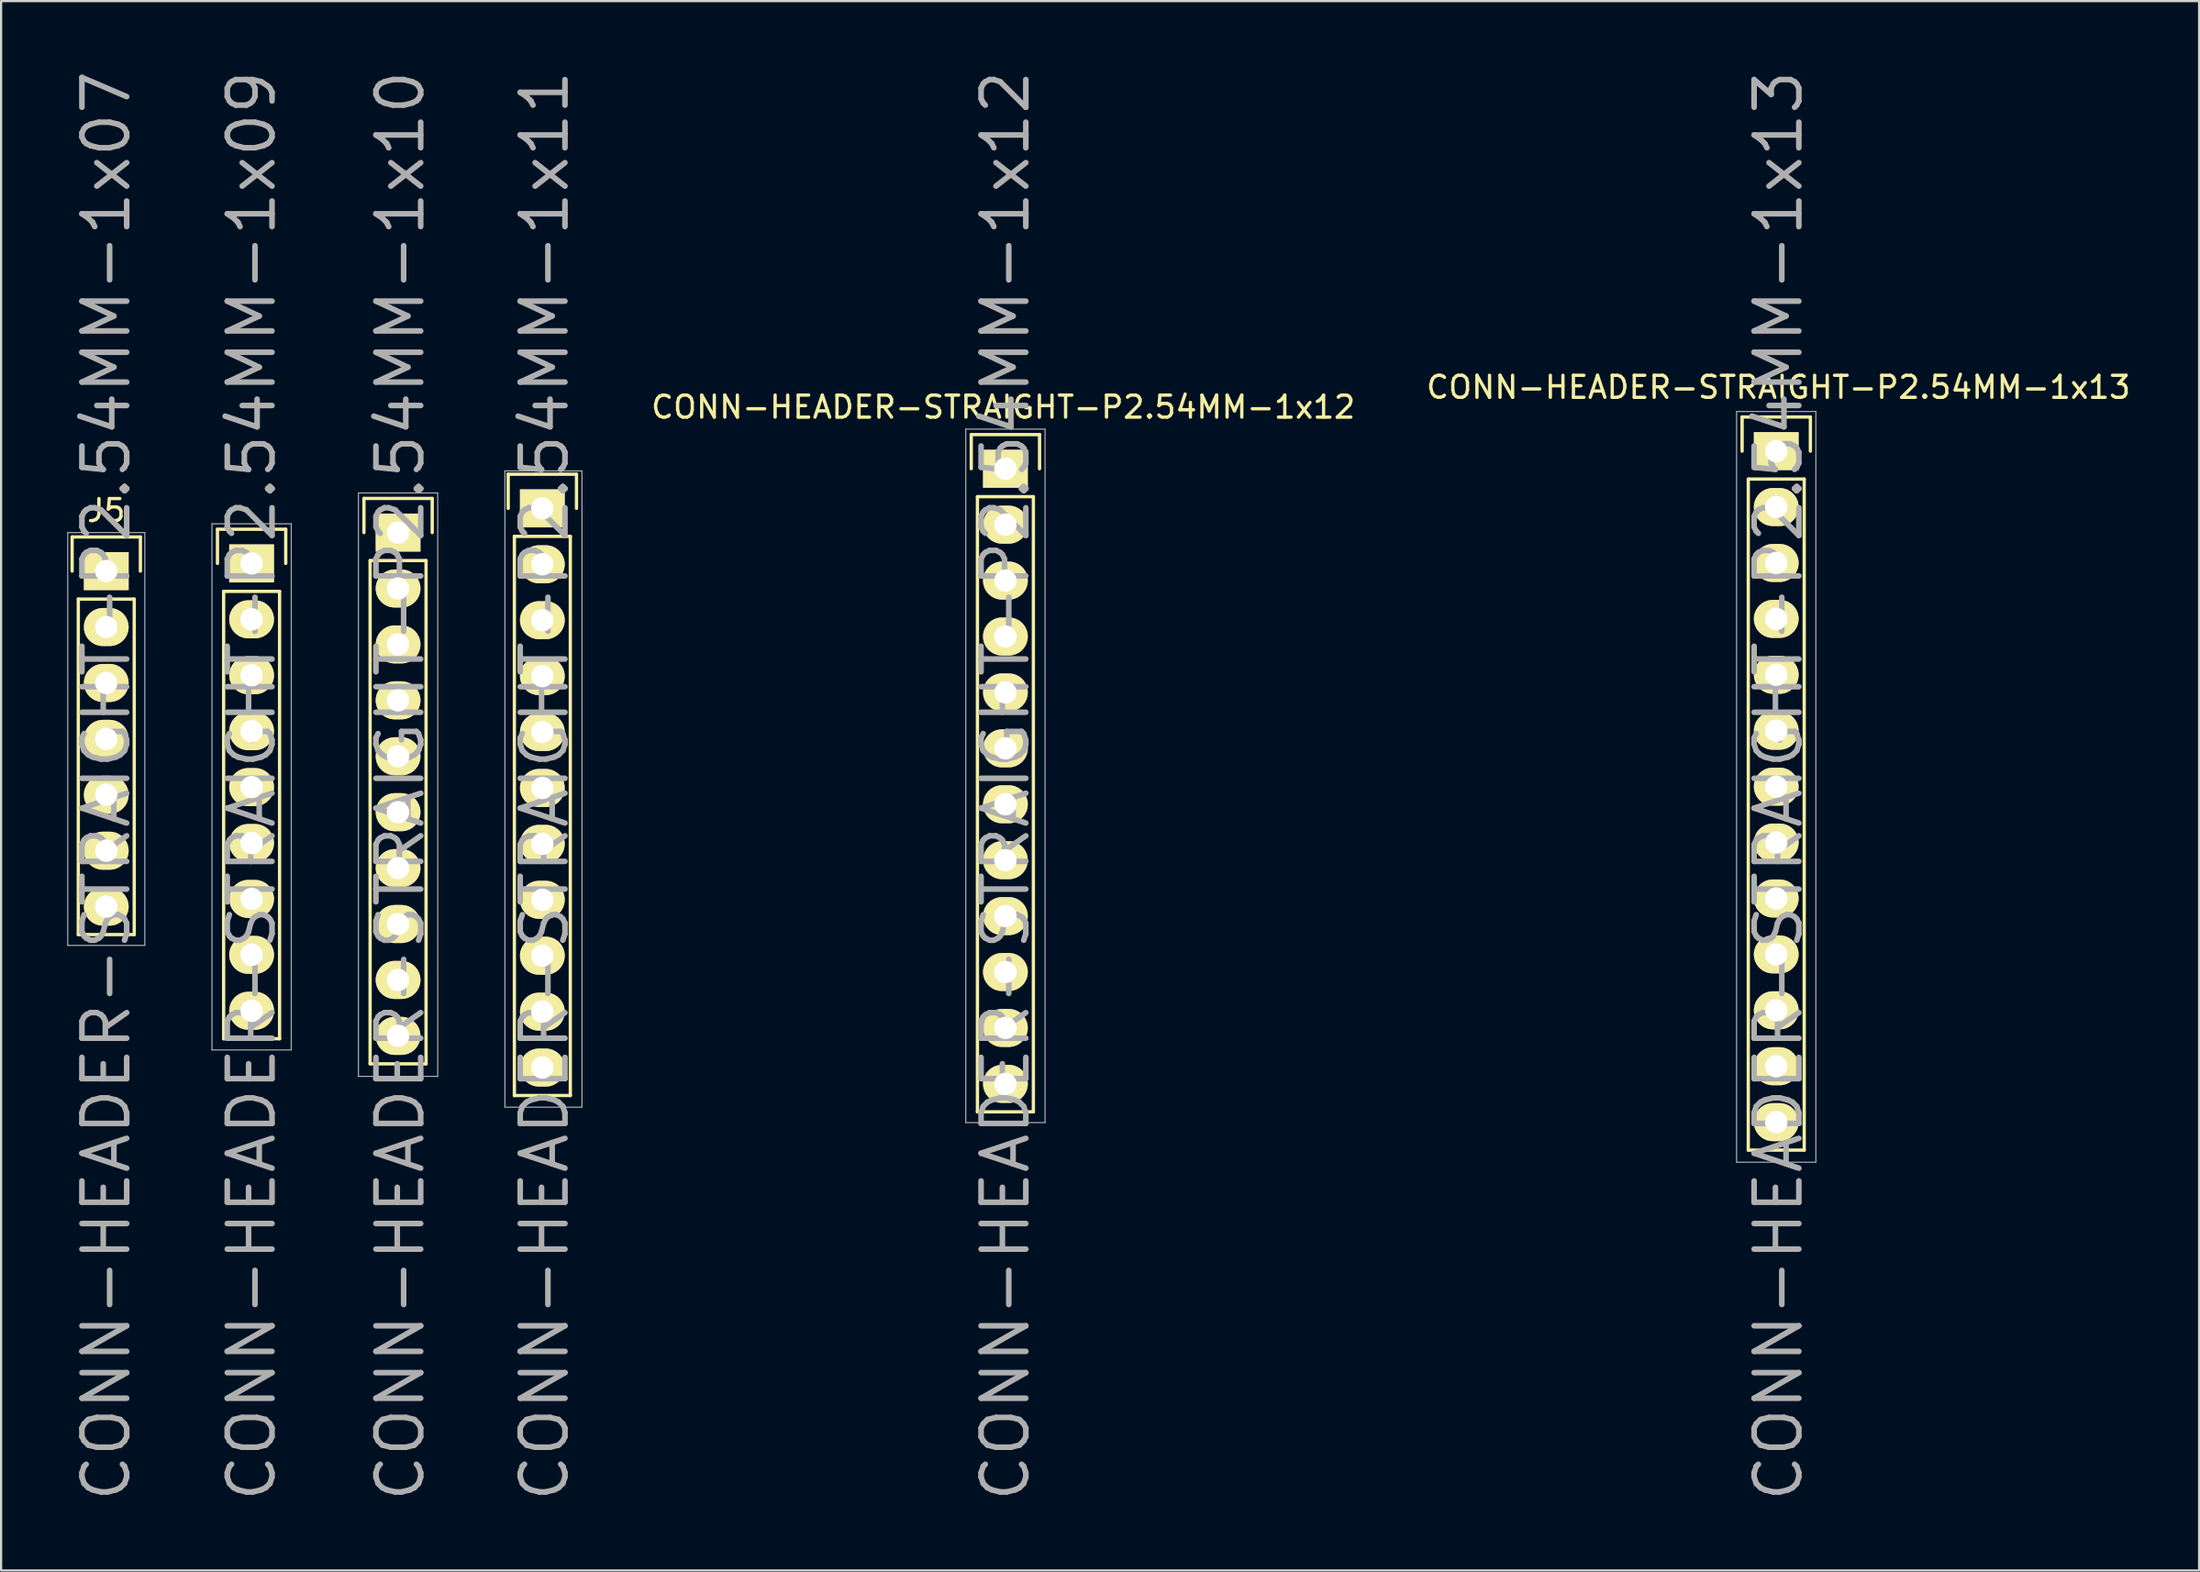
<source format=kicad_pcb>
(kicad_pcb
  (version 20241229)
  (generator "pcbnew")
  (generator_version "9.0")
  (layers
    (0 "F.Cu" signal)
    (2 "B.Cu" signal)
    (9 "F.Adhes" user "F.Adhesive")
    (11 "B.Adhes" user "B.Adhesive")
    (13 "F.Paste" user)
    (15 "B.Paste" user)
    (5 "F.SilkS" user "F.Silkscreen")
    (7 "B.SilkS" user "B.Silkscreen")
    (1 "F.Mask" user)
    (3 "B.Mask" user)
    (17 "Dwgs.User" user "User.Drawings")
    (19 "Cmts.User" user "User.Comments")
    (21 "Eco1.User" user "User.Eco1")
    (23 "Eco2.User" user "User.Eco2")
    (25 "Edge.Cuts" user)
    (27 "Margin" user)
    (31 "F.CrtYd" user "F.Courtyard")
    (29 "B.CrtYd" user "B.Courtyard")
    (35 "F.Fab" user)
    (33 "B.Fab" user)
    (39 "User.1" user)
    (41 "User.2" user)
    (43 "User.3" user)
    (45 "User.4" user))
  (footprint "CONN-HEADER-STRAIGHT-P2.54MM-1x10"
    (layer "F.Cu")
    (at 15.026 21.141)
    (property "Reference" "CONN-HEADER-STRAIGHT-P2.54MM-1x10" (at 0.1 11.5 90) (layer "F.Fab") (effects (font (size 2.032 2.032) (thickness 0.254))))
    (attr smd)
    (fp_line (start -1.55 -1.55) (end 1.55 -1.55) (stroke (width 0.15) (type solid)) (layer "F.SilkS"))
    (fp_line (start -1.55 0) (end -1.55 -1.55) (stroke (width 0.15) (type solid)) (layer "F.SilkS"))
    (fp_line (start -1.27 24.13) (end -1.27 1.27) (stroke (width 0.15) (type solid)) (layer "F.SilkS"))
    (fp_line (start 1.27 1.27) (end -1.27 1.27) (stroke (width 0.15) (type solid)) (layer "F.SilkS"))
    (fp_line (start 1.27 1.27) (end 1.27 24.13) (stroke (width 0.15) (type solid)) (layer "F.SilkS"))
    (fp_line (start 1.27 24.13) (end -1.27 24.13) (stroke (width 0.15) (type solid)) (layer "F.SilkS"))
    (fp_line (start 1.55 -1.55) (end 1.55 0) (stroke (width 0.15) (type solid)) (layer "F.SilkS"))
    (fp_line (start -1.8 -1.8) (end 1.8 -1.8) (stroke (width 0.051) (type solid)) (layer "F.Fab"))
    (fp_line (start -1.8 24.7) (end -1.8 -1.8) (stroke (width 0.051) (type solid)) (layer "F.Fab"))
    (fp_line (start 1.8 -1.8) (end 1.8 24.7) (stroke (width 0.051) (type solid)) (layer "F.Fab"))
    (fp_line (start 1.8 24.7) (end -1.8 24.7) (stroke (width 0.051) (type solid)) (layer "F.Fab"))
    (pad "1" thru_hole rect (at 0 0) (size 2.032 1.727) (drill 1.016) (layers "*.Cu" "*.Mask" "F.SilkS"))
    (pad "2" thru_hole oval (at 0 2.54) (size 2.032 1.727) (drill 1.016) (layers "*.Cu" "*.Mask" "F.SilkS"))
    (pad "3" thru_hole oval (at 0 5.08) (size 2.032 1.727) (drill 1.016) (layers "*.Cu" "*.Mask" "F.SilkS"))
    (pad "4" thru_hole oval (at 0 7.62) (size 2.032 1.727) (drill 1.016) (layers "*.Cu" "*.Mask" "F.SilkS"))
    (pad "5" thru_hole oval (at 0 10.16) (size 2.032 1.727) (drill 1.016) (layers "*.Cu" "*.Mask" "F.SilkS"))
    (pad "6" thru_hole oval (at 0 12.7) (size 2.032 1.727) (drill 1.016) (layers "*.Cu" "*.Mask" "F.SilkS"))
    (pad "7" thru_hole oval (at 0 15.24) (size 2.032 1.727) (drill 1.016) (layers "*.Cu" "*.Mask" "F.SilkS"))
    (pad "8" thru_hole oval (at 0 17.78) (size 2.032 1.727) (drill 1.016) (layers "*.Cu" "*.Mask" "F.SilkS"))
    (pad "9" thru_hole oval (at 0 20.32) (size 2.032 1.727) (drill 1.016) (layers "*.Cu" "*.Mask" "F.SilkS"))
    (pad "10" thru_hole oval (at 0 22.86) (size 2.032 1.727) (drill 1.016) (layers "*.Cu" "*.Mask" "F.SilkS")))
  (footprint "CONN-HEADER-STRAIGHT-P2.54MM-1x11"
    (layer "F.Cu")
    (at 21.577 20.041)
    (property "Reference" "CONN-HEADER-STRAIGHT-P2.54MM-1x11" (at 0.1 12.6 90) (layer "F.Fab") (effects (font (size 2.032 2.032) (thickness 0.254))))
    (attr smd)
    (fp_line (start -1.55 -1.55) (end 1.55 -1.55) (stroke (width 0.15) (type solid)) (layer "F.SilkS"))
    (fp_line (start -1.55 0) (end -1.55 -1.55) (stroke (width 0.15) (type solid)) (layer "F.SilkS"))
    (fp_line (start -1.27 26.67) (end -1.27 1.27) (stroke (width 0.15) (type solid)) (layer "F.SilkS"))
    (fp_line (start 1.27 1.27) (end -1.27 1.27) (stroke (width 0.15) (type solid)) (layer "F.SilkS"))
    (fp_line (start 1.27 1.27) (end 1.27 26.67) (stroke (width 0.15) (type solid)) (layer "F.SilkS"))
    (fp_line (start 1.27 26.67) (end -1.27 26.67) (stroke (width 0.15) (type solid)) (layer "F.SilkS"))
    (fp_line (start 1.55 -1.55) (end 1.55 0) (stroke (width 0.15) (type solid)) (layer "F.SilkS"))
    (fp_line (start -1.7 -1.7) (end 1.8 -1.7) (stroke (width 0.051) (type solid)) (layer "F.Fab"))
    (fp_line (start -1.7 27.2) (end -1.7 -1.7) (stroke (width 0.051) (type solid)) (layer "F.Fab"))
    (fp_line (start 1.8 -1.7) (end 1.8 27.2) (stroke (width 0.051) (type solid)) (layer "F.Fab"))
    (fp_line (start 1.8 27.2) (end -1.7 27.2) (stroke (width 0.051) (type solid)) (layer "F.Fab"))
    (pad "1" thru_hole rect (at 0 0) (size 2.032 1.727) (drill 1.016) (layers "*.Cu" "*.Mask" "F.SilkS"))
    (pad "2" thru_hole oval (at 0 2.54) (size 2.032 1.727) (drill 1.016) (layers "*.Cu" "*.Mask" "F.SilkS"))
    (pad "3" thru_hole oval (at 0 5.08) (size 2.032 1.727) (drill 1.016) (layers "*.Cu" "*.Mask" "F.SilkS"))
    (pad "4" thru_hole oval (at 0 7.62) (size 2.032 1.727) (drill 1.016) (layers "*.Cu" "*.Mask" "F.SilkS"))
    (pad "5" thru_hole oval (at 0 10.16) (size 2.032 1.727) (drill 1.016) (layers "*.Cu" "*.Mask" "F.SilkS"))
    (pad "6" thru_hole oval (at 0 12.7) (size 2.032 1.727) (drill 1.016) (layers "*.Cu" "*.Mask" "F.SilkS"))
    (pad "7" thru_hole oval (at 0 15.24) (size 2.032 1.727) (drill 1.016) (layers "*.Cu" "*.Mask" "F.SilkS"))
    (pad "8" thru_hole oval (at 0 17.78) (size 2.032 1.727) (drill 1.016) (layers "*.Cu" "*.Mask" "F.SilkS"))
    (pad "9" thru_hole oval (at 0 20.32) (size 2.032 1.727) (drill 1.016) (layers "*.Cu" "*.Mask" "F.SilkS"))
    (pad "10" thru_hole oval (at 0 22.86) (size 2.032 1.727) (drill 1.016) (layers "*.Cu" "*.Mask" "F.SilkS"))
    (pad "11" thru_hole oval (at 0 25.4) (size 2.032 1.727) (drill 1.016) (layers "*.Cu" "*.Mask" "F.SilkS")))
  (footprint "CONN-HEADER-STRAIGHT-P2.54MM-1x12"
    (layer "F.Cu")
    (at 42.604 18.241)
    (property "Reference" "CONN-HEADER-STRAIGHT-P2.54MM-1x12" (at 0 14.4 90) (layer "F.Fab") (effects (font (size 2.032 2.032) (thickness 0.254))))
    (attr smd)
    (fp_line (start -1.55 -1.55) (end 1.55 -1.55) (stroke (width 0.15) (type solid)) (layer "F.SilkS"))
    (fp_line (start -1.55 0) (end -1.55 -1.55) (stroke (width 0.15) (type solid)) (layer "F.SilkS"))
    (fp_line (start -1.27 29.21) (end -1.27 1.27) (stroke (width 0.15) (type solid)) (layer "F.SilkS"))
    (fp_line (start 1.27 1.27) (end -1.27 1.27) (stroke (width 0.15) (type solid)) (layer "F.SilkS"))
    (fp_line (start 1.27 1.27) (end 1.27 29.21) (stroke (width 0.15) (type solid)) (layer "F.SilkS"))
    (fp_line (start 1.27 29.21) (end -1.27 29.21) (stroke (width 0.15) (type solid)) (layer "F.SilkS"))
    (fp_line (start 1.55 -1.55) (end 1.55 0) (stroke (width 0.15) (type solid)) (layer "F.SilkS"))
    (fp_line (start -1.8 -1.8) (end 1.8 -1.8) (stroke (width 0.051) (type solid)) (layer "F.Fab"))
    (fp_line (start -1.8 29.7) (end -1.8 -1.8) (stroke (width 0.051) (type solid)) (layer "F.Fab"))
    (fp_line (start 1.8 -1.8) (end 1.8 29.7) (stroke (width 0.051) (type solid)) (layer "F.Fab"))
    (fp_line (start 1.8 29.7) (end -1.8 29.7) (stroke (width 0.051) (type solid)) (layer "F.Fab"))
    (fp_text user "${REFERENCE}" (at -0.1 -2.8 0) (layer "F.SilkS") (effects (font (size 1 1) (thickness 0.15))))
    (pad "1" thru_hole rect (at 0 0) (size 2.032 1.727) (drill 1.016) (layers "*.Cu" "*.Mask" "F.SilkS"))
    (pad "2" thru_hole oval (at 0 2.54) (size 2.032 1.727) (drill 1.016) (layers "*.Cu" "*.Mask" "F.SilkS"))
    (pad "3" thru_hole oval (at 0 5.08) (size 2.032 1.727) (drill 1.016) (layers "*.Cu" "*.Mask" "F.SilkS"))
    (pad "4" thru_hole oval (at 0 7.62) (size 2.032 1.727) (drill 1.016) (layers "*.Cu" "*.Mask" "F.SilkS"))
    (pad "5" thru_hole oval (at 0 10.16) (size 2.032 1.727) (drill 1.016) (layers "*.Cu" "*.Mask" "F.SilkS"))
    (pad "6" thru_hole oval (at 0 12.7) (size 2.032 1.727) (drill 1.016) (layers "*.Cu" "*.Mask" "F.SilkS"))
    (pad "7" thru_hole oval (at 0 15.24) (size 2.032 1.727) (drill 1.016) (layers "*.Cu" "*.Mask" "F.SilkS"))
    (pad "8" thru_hole oval (at 0 17.78) (size 2.032 1.727) (drill 1.016) (layers "*.Cu" "*.Mask" "F.SilkS"))
    (pad "9" thru_hole oval (at 0 20.32) (size 2.032 1.727) (drill 1.016) (layers "*.Cu" "*.Mask" "F.SilkS"))
    (pad "10" thru_hole oval (at 0 22.86) (size 2.032 1.727) (drill 1.016) (layers "*.Cu" "*.Mask" "F.SilkS"))
    (pad "11" thru_hole oval (at 0 25.4) (size 2.032 1.727) (drill 1.016) (layers "*.Cu" "*.Mask" "F.SilkS"))
    (pad "12" thru_hole oval (at 0 27.94) (size 2.032 1.727) (drill 1.016) (layers "*.Cu" "*.Mask" "F.SilkS")))
  (footprint "CONN-HEADER-STRAIGHT-P2.54MM-1x13"
    (layer "F.Cu")
    (at 77.606 17.441)
    (property "Reference" "CONN-HEADER-STRAIGHT-P2.54MM-1x13" (at 0.1 15.2 90) (layer "F.Fab") (effects (font (size 2.032 2.032) (thickness 0.254))))
    (attr smd)
    (fp_line (start -1.55 -1.55) (end 1.55 -1.55) (stroke (width 0.15) (type solid)) (layer "F.SilkS"))
    (fp_line (start -1.55 0) (end -1.55 -1.55) (stroke (width 0.15) (type solid)) (layer "F.SilkS"))
    (fp_line (start -1.27 1.27) (end -1.27 31.75) (stroke (width 0.15) (type solid)) (layer "F.SilkS"))
    (fp_line (start -1.27 31.75) (end 1.27 31.75) (stroke (width 0.15) (type solid)) (layer "F.SilkS"))
    (fp_line (start 1.27 1.27) (end -1.27 1.27) (stroke (width 0.15) (type solid)) (layer "F.SilkS"))
    (fp_line (start 1.27 31.75) (end 1.27 1.27) (stroke (width 0.15) (type solid)) (layer "F.SilkS"))
    (fp_line (start 1.55 -1.55) (end 1.55 0) (stroke (width 0.15) (type solid)) (layer "F.SilkS"))
    (fp_line (start -1.8 -1.8) (end 1.8 -1.8) (stroke (width 0.051) (type solid)) (layer "F.Fab"))
    (fp_line (start -1.8 32.3) (end -1.8 -1.8) (stroke (width 0.051) (type solid)) (layer "F.Fab"))
    (fp_line (start 1.8 -1.8) (end 1.8 32.3) (stroke (width 0.051) (type solid)) (layer "F.Fab"))
    (fp_line (start 1.8 32.3) (end -1.8 32.3) (stroke (width 0.051) (type solid)) (layer "F.Fab"))
    (fp_text user "${REFERENCE}" (at 0.1 -2.9 0) (layer "F.SilkS") (effects (font (size 1 1) (thickness 0.15))))
    (pad "1" thru_hole rect (at 0 0) (size 2.032 1.727) (drill 1.016) (layers "*.Cu" "*.Mask" "F.SilkS"))
    (pad "2" thru_hole oval (at 0 2.54) (size 2.032 1.727) (drill 1.016) (layers "*.Cu" "*.Mask" "F.SilkS"))
    (pad "3" thru_hole oval (at 0 5.08) (size 2.032 1.727) (drill 1.016) (layers "*.Cu" "*.Mask" "F.SilkS"))
    (pad "4" thru_hole oval (at 0 7.62) (size 2.032 1.727) (drill 1.016) (layers "*.Cu" "*.Mask" "F.SilkS"))
    (pad "5" thru_hole oval (at 0 10.16) (size 2.032 1.727) (drill 1.016) (layers "*.Cu" "*.Mask" "F.SilkS"))
    (pad "6" thru_hole oval (at 0 12.7) (size 2.032 1.727) (drill 1.016) (layers "*.Cu" "*.Mask" "F.SilkS"))
    (pad "7" thru_hole oval (at 0 15.24) (size 2.032 1.727) (drill 1.016) (layers "*.Cu" "*.Mask" "F.SilkS"))
    (pad "8" thru_hole oval (at 0 17.78) (size 2.032 1.727) (drill 1.016) (layers "*.Cu" "*.Mask" "F.SilkS"))
    (pad "9" thru_hole oval (at 0 20.32) (size 2.032 1.727) (drill 1.016) (layers "*.Cu" "*.Mask" "F.SilkS"))
    (pad "10" thru_hole oval (at 0 22.86) (size 2.032 1.727) (drill 1.016) (layers "*.Cu" "*.Mask" "F.SilkS"))
    (pad "11" thru_hole oval (at 0 25.4) (size 2.032 1.727) (drill 1.016) (layers "*.Cu" "*.Mask" "F.SilkS"))
    (pad "12" thru_hole oval (at 0 27.94) (size 2.032 1.727) (drill 1.016) (layers "*.Cu" "*.Mask" "F.SilkS"))
    (pad "13" thru_hole oval (at 0 30.48) (size 2.032 1.727) (drill 1.016) (layers "*.Cu" "*.Mask" "F.SilkS")))
  (footprint "CONN-HEADER-STRAIGHT-P2.54MM-1x09"
    (layer "F.Cu")
    (at 8.375 22.541)
    (property "Reference" "CONN-HEADER-STRAIGHT-P2.54MM-1x09" (at 0 10.1 90) (layer "F.Fab") (effects (font (size 2.032 2.032) (thickness 0.254))))
    (attr smd)
    (fp_line (start -1.55 -1.55) (end 1.55 -1.55) (stroke (width 0.15) (type solid)) (layer "F.SilkS"))
    (fp_line (start -1.55 0) (end -1.55 -1.55) (stroke (width 0.15) (type solid)) (layer "F.SilkS"))
    (fp_line (start -1.27 21.59) (end -1.27 1.27) (stroke (width 0.15) (type solid)) (layer "F.SilkS"))
    (fp_line (start 1.27 1.27) (end -1.27 1.27) (stroke (width 0.15) (type solid)) (layer "F.SilkS"))
    (fp_line (start 1.27 1.27) (end 1.27 21.59) (stroke (width 0.15) (type solid)) (layer "F.SilkS"))
    (fp_line (start 1.27 21.59) (end -1.27 21.59) (stroke (width 0.15) (type solid)) (layer "F.SilkS"))
    (fp_line (start 1.55 -1.55) (end 1.55 0) (stroke (width 0.15) (type solid)) (layer "F.SilkS"))
    (fp_line (start -1.8 -1.8) (end -1.8 22.1) (stroke (width 0.051) (type solid)) (layer "F.Fab"))
    (fp_line (start -1.8 22.1) (end 1.8 22.1) (stroke (width 0.051) (type solid)) (layer "F.Fab"))
    (fp_line (start 1.8 -1.8) (end -1.8 -1.8) (stroke (width 0.051) (type solid)) (layer "F.Fab"))
    (fp_line (start 1.8 22.1) (end 1.8 -1.8) (stroke (width 0.051) (type solid)) (layer "F.Fab"))
    (pad "1" thru_hole rect (at 0 0) (size 2.032 1.727) (drill 1.016) (layers "*.Cu" "*.Mask" "F.SilkS"))
    (pad "2" thru_hole oval (at 0 2.54) (size 2.032 1.727) (drill 1.016) (layers "*.Cu" "*.Mask" "F.SilkS"))
    (pad "3" thru_hole oval (at 0 5.08) (size 2.032 1.727) (drill 1.016) (layers "*.Cu" "*.Mask" "F.SilkS"))
    (pad "4" thru_hole oval (at 0 7.62) (size 2.032 1.727) (drill 1.016) (layers "*.Cu" "*.Mask" "F.SilkS"))
    (pad "5" thru_hole oval (at 0 10.16) (size 2.032 1.727) (drill 1.016) (layers "*.Cu" "*.Mask" "F.SilkS"))
    (pad "6" thru_hole oval (at 0 12.7) (size 2.032 1.727) (drill 1.016) (layers "*.Cu" "*.Mask" "F.SilkS"))
    (pad "7" thru_hole oval (at 0 15.24) (size 2.032 1.727) (drill 1.016) (layers "*.Cu" "*.Mask" "F.SilkS"))
    (pad "8" thru_hole oval (at 0 17.78) (size 2.032 1.727) (drill 1.016) (layers "*.Cu" "*.Mask" "F.SilkS"))
    (pad "9" thru_hole oval (at 0 20.32) (size 2.032 1.727) (drill 1.016) (layers "*.Cu" "*.Mask" "F.SilkS")))
  (footprint "CONN-HEADER-STRAIGHT-P2.54MM-1x07"
    (layer "F.Cu")
    (at 1.775 22.891)
    (property "Reference" "CONN-HEADER-STRAIGHT-P2.54MM-1x07" (at 0 9.75 90) (layer "F.Fab") (effects (font (size 2.032 2.032) (thickness 0.254))))
    (attr smd)
    (fp_line (start -1.55 -1.55) (end 1.55 -1.55) (stroke (width 0.15) (type solid)) (layer "F.SilkS"))
    (fp_line (start -1.55 0) (end -1.55 -1.55) (stroke (width 0.15) (type solid)) (layer "F.SilkS"))
    (fp_line (start -1.27 16.51) (end -1.27 1.27) (stroke (width 0.15) (type solid)) (layer "F.SilkS"))
    (fp_line (start 1.27 1.27) (end -1.27 1.27) (stroke (width 0.15) (type solid)) (layer "F.SilkS"))
    (fp_line (start 1.27 1.27) (end 1.27 16.51) (stroke (width 0.15) (type solid)) (layer "F.SilkS"))
    (fp_line (start 1.27 16.51) (end -1.27 16.51) (stroke (width 0.15) (type solid)) (layer "F.SilkS"))
    (fp_line (start 1.55 -1.55) (end 1.55 0) (stroke (width 0.15) (type solid)) (layer "F.SilkS"))
    (fp_line (start -1.75 -1.75) (end 1.75 -1.75) (stroke (width 0.05) (type solid)) (layer "F.Fab"))
    (fp_line (start -1.75 17) (end -1.75 -1.75) (stroke (width 0.05) (type solid)) (layer "F.Fab"))
    (fp_line (start 1.75 -1.75) (end 1.75 17) (stroke (width 0.05) (type solid)) (layer "F.Fab"))
    (fp_line (start 1.75 17) (end -1.75 17) (stroke (width 0.05) (type solid)) (layer "F.Fab"))
    (fp_text user "J5" (at 0 -2.75 0) (layer "F.SilkS") (effects (font (size 1 1) (thickness 0.15))))
    (pad "1" thru_hole rect (at 0 0) (size 2.032 1.727) (drill 1.016) (layers "*.Cu" "*.Mask" "F.SilkS"))
    (pad "2" thru_hole oval (at 0 2.54) (size 2.032 1.727) (drill 1.016) (layers "*.Cu" "*.Mask" "F.SilkS"))
    (pad "3" thru_hole oval (at 0 5.08) (size 2.032 1.727) (drill 1.016) (layers "*.Cu" "*.Mask" "F.SilkS"))
    (pad "4" thru_hole oval (at 0 7.62) (size 2.032 1.727) (drill 1.016) (layers "*.Cu" "*.Mask" "F.SilkS"))
    (pad "5" thru_hole oval (at 0 10.16) (size 2.032 1.727) (drill 1.016) (layers "*.Cu" "*.Mask" "F.SilkS"))
    (pad "6" thru_hole oval (at 0 12.7) (size 2.032 1.727) (drill 1.016) (layers "*.Cu" "*.Mask" "F.SilkS"))
    (pad "7" thru_hole oval (at 0 15.24) (size 2.032 1.727) (drill 1.016) (layers "*.Cu" "*.Mask" "F.SilkS")))
  (gr_rect
    (start -3 -3)
    (end 96.807 68.283)
    (stroke (width 0.1) (type default))
    (fill no)
    (layer "Edge.Cuts")))
</source>
